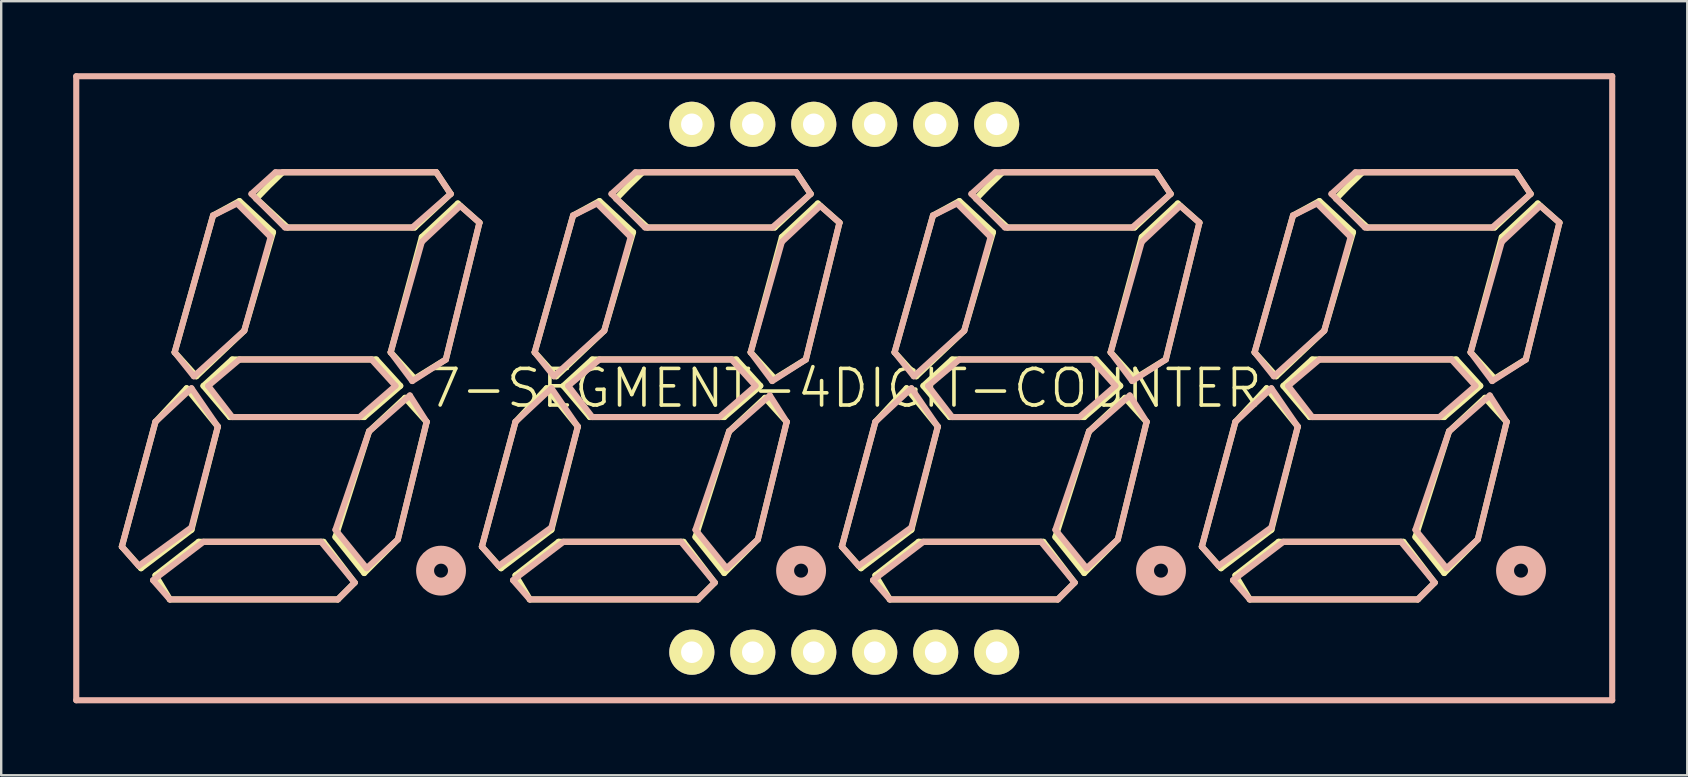
<source format=kicad_pcb>
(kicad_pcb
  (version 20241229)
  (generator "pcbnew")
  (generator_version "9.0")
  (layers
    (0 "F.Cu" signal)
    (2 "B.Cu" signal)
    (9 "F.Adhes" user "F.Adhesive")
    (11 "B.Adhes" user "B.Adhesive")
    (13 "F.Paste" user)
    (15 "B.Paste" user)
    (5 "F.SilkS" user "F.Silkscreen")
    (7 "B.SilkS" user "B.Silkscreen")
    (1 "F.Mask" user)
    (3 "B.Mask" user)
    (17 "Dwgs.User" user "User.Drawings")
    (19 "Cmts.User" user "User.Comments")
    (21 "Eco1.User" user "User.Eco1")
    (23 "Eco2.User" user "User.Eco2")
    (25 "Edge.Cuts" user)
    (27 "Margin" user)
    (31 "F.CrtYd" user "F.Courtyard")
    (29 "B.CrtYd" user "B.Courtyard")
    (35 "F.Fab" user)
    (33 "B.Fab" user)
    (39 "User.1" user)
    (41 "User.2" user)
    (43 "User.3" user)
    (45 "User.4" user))
  (footprint "7-SEGMENT-4DIGIT-COUNTER"
    (layer "F.Cu")
    (at 32.126 13.127)
    (property "Reference" "7-SEGMENT-4DIGIT-COUNTER" (at 0 0 0) (layer "F.SilkS") (effects (font (size 1.524 1.524) (thickness 0.15))))
    (attr exclude_from_pos_files exclude_from_bom)
    (fp_line (start -30.099 6.599) (end -28.699 1.4) (stroke (width 0.254) (type solid)) (layer "F.SilkS"))
    (fp_line (start -29.299 7.498) (end -30.099 6.599) (stroke (width 0.254) (type solid)) (layer "F.SilkS"))
    (fp_line (start -28.699 1.4) (end -27.399 0) (stroke (width 0.254) (type solid)) (layer "F.SilkS"))
    (fp_line (start -28.699 7.798) (end -26.899 6.398) (stroke (width 0.254) (type solid)) (layer "F.SilkS"))
    (fp_line (start -28.097 8.799) (end -28.699 7.798) (stroke (width 0.254) (type solid)) (layer "F.SilkS"))
    (fp_line (start -27.899 -1.499) (end -26.299 -7.198) (stroke (width 0.254) (type solid)) (layer "F.SilkS"))
    (fp_line (start -27.399 0) (end -26.099 1.598) (stroke (width 0.254) (type solid)) (layer "F.SilkS"))
    (fp_line (start -27.198 5.898) (end -29.299 7.498) (stroke (width 0.254) (type solid)) (layer "F.SilkS"))
    (fp_line (start -26.998 -0.498) (end -27.899 -1.499) (stroke (width 0.254) (type solid)) (layer "F.SilkS"))
    (fp_line (start -26.899 6.398) (end -21.699 6.398) (stroke (width 0.254) (type solid)) (layer "F.SilkS"))
    (fp_line (start -26.698 -0.099) (end -25.499 -1.199) (stroke (width 0.254) (type solid)) (layer "F.SilkS"))
    (fp_line (start -26.299 -7.198) (end -25.199 -7.798) (stroke (width 0.254) (type solid)) (layer "F.SilkS"))
    (fp_line (start -26.099 1.598) (end -27.198 5.898) (stroke (width 0.254) (type solid)) (layer "F.SilkS"))
    (fp_line (start -25.598 1.199) (end -26.698 -0.099) (stroke (width 0.254) (type solid)) (layer "F.SilkS"))
    (fp_line (start -25.499 -1.199) (end -19.5 -1.199) (stroke (width 0.254) (type solid)) (layer "F.SilkS"))
    (fp_line (start -25.199 -7.798) (end -23.8 -6.5) (stroke (width 0.254) (type solid)) (layer "F.SilkS"))
    (fp_line (start -24.999 -2.398) (end -26.998 -0.498) (stroke (width 0.254) (type solid)) (layer "F.SilkS"))
    (fp_line (start -23.8 -6.5) (end -24.999 -2.398) (stroke (width 0.254) (type solid)) (layer "F.SilkS"))
    (fp_line (start -23.398 -8.999) (end -16.998 -8.999) (stroke (width 0.254) (type solid)) (layer "F.SilkS"))
    (fp_line (start -23.198 -6.698) (end -24.498 -7.899) (stroke (width 0.254) (type solid)) (layer "F.SilkS"))
    (fp_line (start -21.699 6.398) (end -20.399 8.098) (stroke (width 0.254) (type solid)) (layer "F.SilkS"))
    (fp_line (start -21.199 6.198) (end -19.799 1.798) (stroke (width 0.254) (type solid)) (layer "F.SilkS"))
    (fp_line (start -21.1 8.799) (end -28.097 8.799) (stroke (width 0.254) (type solid)) (layer "F.SilkS"))
    (fp_line (start -20.399 8.098) (end -21.1 8.799) (stroke (width 0.254) (type solid)) (layer "F.SilkS"))
    (fp_line (start -20 1.199) (end -25.598 1.199) (stroke (width 0.254) (type solid)) (layer "F.SilkS"))
    (fp_line (start -20 7.699) (end -21.199 6.198) (stroke (width 0.254) (type solid)) (layer "F.SilkS"))
    (fp_line (start -19.799 1.798) (end -18.298 0.399) (stroke (width 0.254) (type solid)) (layer "F.SilkS"))
    (fp_line (start -19.5 -1.199) (end -18.499 -0.099) (stroke (width 0.254) (type solid)) (layer "F.SilkS"))
    (fp_line (start -18.898 -1.499) (end -17.6 -6.299) (stroke (width 0.254) (type solid)) (layer "F.SilkS"))
    (fp_line (start -18.598 6.299) (end -20 7.699) (stroke (width 0.254) (type solid)) (layer "F.SilkS"))
    (fp_line (start -18.499 -0.099) (end -20 1.199) (stroke (width 0.254) (type solid)) (layer "F.SilkS"))
    (fp_line (start -18.298 0.399) (end -17.399 1.4) (stroke (width 0.254) (type solid)) (layer "F.SilkS"))
    (fp_line (start -17.899 -6.698) (end -23.198 -6.698) (stroke (width 0.254) (type solid)) (layer "F.SilkS"))
    (fp_line (start -17.899 -0.399) (end -18.898 -1.499) (stroke (width 0.254) (type solid)) (layer "F.SilkS"))
    (fp_line (start -17.6 -6.299) (end -16.099 -7.699) (stroke (width 0.254) (type solid)) (layer "F.SilkS"))
    (fp_line (start -17.399 1.4) (end -18.598 6.299) (stroke (width 0.254) (type solid)) (layer "F.SilkS"))
    (fp_line (start -16.998 -8.999) (end -16.398 -8.098) (stroke (width 0.254) (type solid)) (layer "F.SilkS"))
    (fp_line (start -16.599 -1.199) (end -17.899 -0.399) (stroke (width 0.254) (type solid)) (layer "F.SilkS"))
    (fp_line (start -16.398 -8.098) (end -17.899 -6.698) (stroke (width 0.254) (type solid)) (layer "F.SilkS"))
    (fp_line (start -16.099 -7.699) (end -15.199 -6.899) (stroke (width 0.254) (type solid)) (layer "F.SilkS"))
    (fp_line (start -15.199 -6.899) (end -16.599 -1.199) (stroke (width 0.254) (type solid)) (layer "F.SilkS"))
    (fp_line (start -15.098 6.599) (end -13.698 1.4) (stroke (width 0.254) (type solid)) (layer "F.SilkS"))
    (fp_line (start -14.298 7.498) (end -15.098 6.599) (stroke (width 0.254) (type solid)) (layer "F.SilkS"))
    (fp_line (start -13.698 1.4) (end -12.398 0) (stroke (width 0.254) (type solid)) (layer "F.SilkS"))
    (fp_line (start -13.698 7.798) (end -11.9 6.398) (stroke (width 0.254) (type solid)) (layer "F.SilkS"))
    (fp_line (start -13.099 8.799) (end -13.698 7.798) (stroke (width 0.254) (type solid)) (layer "F.SilkS"))
    (fp_line (start -12.898 -1.499) (end -11.298 -7.198) (stroke (width 0.254) (type solid)) (layer "F.SilkS"))
    (fp_line (start -12.398 0) (end -11.1 1.598) (stroke (width 0.254) (type solid)) (layer "F.SilkS"))
    (fp_line (start -12.2 5.898) (end -14.298 7.498) (stroke (width 0.254) (type solid)) (layer "F.SilkS"))
    (fp_line (start -11.999 -0.498) (end -12.898 -1.499) (stroke (width 0.254) (type solid)) (layer "F.SilkS"))
    (fp_line (start -11.9 6.398) (end -6.698 6.398) (stroke (width 0.254) (type solid)) (layer "F.SilkS"))
    (fp_line (start -11.699 -0.099) (end -10.498 -1.199) (stroke (width 0.254) (type solid)) (layer "F.SilkS"))
    (fp_line (start -11.298 -7.198) (end -10.198 -7.798) (stroke (width 0.254) (type solid)) (layer "F.SilkS"))
    (fp_line (start -11.1 1.598) (end -12.2 5.898) (stroke (width 0.254) (type solid)) (layer "F.SilkS"))
    (fp_line (start -10.599 1.199) (end -11.699 -0.099) (stroke (width 0.254) (type solid)) (layer "F.SilkS"))
    (fp_line (start -10.498 -1.199) (end -4.498 -1.199) (stroke (width 0.254) (type solid)) (layer "F.SilkS"))
    (fp_line (start -10.198 -7.798) (end -8.799 -6.5) (stroke (width 0.254) (type solid)) (layer "F.SilkS"))
    (fp_line (start -10 -2.398) (end -11.999 -0.498) (stroke (width 0.254) (type solid)) (layer "F.SilkS"))
    (fp_line (start -8.799 -6.5) (end -10 -2.398) (stroke (width 0.254) (type solid)) (layer "F.SilkS"))
    (fp_line (start -8.4 -8.999) (end -1.999 -8.999) (stroke (width 0.254) (type solid)) (layer "F.SilkS"))
    (fp_line (start -8.199 -6.698) (end -9.5 -7.899) (stroke (width 0.254) (type solid)) (layer "F.SilkS"))
    (fp_line (start -6.698 6.398) (end -5.397 8.098) (stroke (width 0.254) (type solid)) (layer "F.SilkS"))
    (fp_line (start -6.198 6.198) (end -4.798 1.798) (stroke (width 0.254) (type solid)) (layer "F.SilkS"))
    (fp_line (start -6.099 8.799) (end -13.099 8.799) (stroke (width 0.254) (type solid)) (layer "F.SilkS"))
    (fp_line (start -5.397 8.098) (end -6.099 8.799) (stroke (width 0.254) (type solid)) (layer "F.SilkS"))
    (fp_line (start -4.999 1.199) (end -10.599 1.199) (stroke (width 0.254) (type solid)) (layer "F.SilkS"))
    (fp_line (start -4.999 7.699) (end -6.198 6.198) (stroke (width 0.254) (type solid)) (layer "F.SilkS"))
    (fp_line (start -4.798 1.798) (end -3.299 0.399) (stroke (width 0.254) (type solid)) (layer "F.SilkS"))
    (fp_line (start -4.498 -1.199) (end -3.498 -0.099) (stroke (width 0.254) (type solid)) (layer "F.SilkS"))
    (fp_line (start -3.899 -1.499) (end -2.598 -6.299) (stroke (width 0.254) (type solid)) (layer "F.SilkS"))
    (fp_line (start -3.599 6.299) (end -4.999 7.699) (stroke (width 0.254) (type solid)) (layer "F.SilkS"))
    (fp_line (start -3.498 -0.099) (end -4.999 1.199) (stroke (width 0.254) (type solid)) (layer "F.SilkS"))
    (fp_line (start -3.299 0.399) (end -2.398 1.4) (stroke (width 0.254) (type solid)) (layer "F.SilkS"))
    (fp_line (start -2.898 -6.698) (end -8.199 -6.698) (stroke (width 0.254) (type solid)) (layer "F.SilkS"))
    (fp_line (start -2.898 -0.399) (end -3.899 -1.499) (stroke (width 0.254) (type solid)) (layer "F.SilkS"))
    (fp_line (start -2.598 -6.299) (end -1.1 -7.699) (stroke (width 0.254) (type solid)) (layer "F.SilkS"))
    (fp_line (start -2.398 1.4) (end -3.599 6.299) (stroke (width 0.254) (type solid)) (layer "F.SilkS"))
    (fp_line (start -1.999 -8.999) (end -1.4 -8.098) (stroke (width 0.254) (type solid)) (layer "F.SilkS"))
    (fp_line (start -1.598 -1.199) (end -2.898 -0.399) (stroke (width 0.254) (type solid)) (layer "F.SilkS"))
    (fp_line (start -1.4 -8.098) (end -2.898 -6.698) (stroke (width 0.254) (type solid)) (layer "F.SilkS"))
    (fp_line (start -1.1 -7.699) (end -0.198 -6.899) (stroke (width 0.254) (type solid)) (layer "F.SilkS"))
    (fp_line (start -0.198 -6.899) (end -1.598 -1.199) (stroke (width 0.254) (type solid)) (layer "F.SilkS"))
    (fp_line (start -0.099 6.599) (end 1.298 1.4) (stroke (width 0.254) (type solid)) (layer "F.SilkS"))
    (fp_line (start 0.699 7.498) (end -0.099 6.599) (stroke (width 0.254) (type solid)) (layer "F.SilkS"))
    (fp_line (start 1.298 1.4) (end 2.598 0) (stroke (width 0.254) (type solid)) (layer "F.SilkS"))
    (fp_line (start 1.298 7.798) (end 3.099 6.398) (stroke (width 0.254) (type solid)) (layer "F.SilkS"))
    (fp_line (start 1.9 8.799) (end 1.298 7.798) (stroke (width 0.254) (type solid)) (layer "F.SilkS"))
    (fp_line (start 2.098 -1.499) (end 3.698 -7.198) (stroke (width 0.254) (type solid)) (layer "F.SilkS"))
    (fp_line (start 2.598 0) (end 3.899 1.598) (stroke (width 0.254) (type solid)) (layer "F.SilkS"))
    (fp_line (start 2.799 5.898) (end 0.699 7.498) (stroke (width 0.254) (type solid)) (layer "F.SilkS"))
    (fp_line (start 3 -0.498) (end 2.098 -1.499) (stroke (width 0.254) (type solid)) (layer "F.SilkS"))
    (fp_line (start 3.099 6.398) (end 8.298 6.398) (stroke (width 0.254) (type solid)) (layer "F.SilkS"))
    (fp_line (start 3.299 -0.099) (end 4.498 -1.199) (stroke (width 0.254) (type solid)) (layer "F.SilkS"))
    (fp_line (start 3.698 -7.198) (end 4.798 -7.798) (stroke (width 0.254) (type solid)) (layer "F.SilkS"))
    (fp_line (start 3.899 1.598) (end 2.799 5.898) (stroke (width 0.254) (type solid)) (layer "F.SilkS"))
    (fp_line (start 4.399 1.199) (end 3.299 -0.099) (stroke (width 0.254) (type solid)) (layer "F.SilkS"))
    (fp_line (start 4.498 -1.199) (end 10.498 -1.199) (stroke (width 0.254) (type solid)) (layer "F.SilkS"))
    (fp_line (start 4.798 -7.798) (end 6.198 -6.5) (stroke (width 0.254) (type solid)) (layer "F.SilkS"))
    (fp_line (start 4.999 -2.398) (end 3 -0.498) (stroke (width 0.254) (type solid)) (layer "F.SilkS"))
    (fp_line (start 6.198 -6.5) (end 4.999 -2.398) (stroke (width 0.254) (type solid)) (layer "F.SilkS"))
    (fp_line (start 6.599 -8.999) (end 13 -8.999) (stroke (width 0.254) (type solid)) (layer "F.SilkS"))
    (fp_line (start 6.8 -6.698) (end 5.499 -7.899) (stroke (width 0.254) (type solid)) (layer "F.SilkS"))
    (fp_line (start 8.298 6.398) (end 9.599 8.098) (stroke (width 0.254) (type solid)) (layer "F.SilkS"))
    (fp_line (start 8.799 6.198) (end 10.198 1.798) (stroke (width 0.254) (type solid)) (layer "F.SilkS"))
    (fp_line (start 8.898 8.799) (end 1.9 8.799) (stroke (width 0.254) (type solid)) (layer "F.SilkS"))
    (fp_line (start 9.599 8.098) (end 8.898 8.799) (stroke (width 0.254) (type solid)) (layer "F.SilkS"))
    (fp_line (start 10 1.199) (end 4.399 1.199) (stroke (width 0.254) (type solid)) (layer "F.SilkS"))
    (fp_line (start 10 7.699) (end 8.799 6.198) (stroke (width 0.254) (type solid)) (layer "F.SilkS"))
    (fp_line (start 10.198 1.798) (end 11.699 0.399) (stroke (width 0.254) (type solid)) (layer "F.SilkS"))
    (fp_line (start 10.498 -1.199) (end 11.499 -0.099) (stroke (width 0.254) (type solid)) (layer "F.SilkS"))
    (fp_line (start 11.1 -1.499) (end 12.398 -6.299) (stroke (width 0.254) (type solid)) (layer "F.SilkS"))
    (fp_line (start 11.4 6.299) (end 10 7.699) (stroke (width 0.254) (type solid)) (layer "F.SilkS"))
    (fp_line (start 11.499 -0.099) (end 10 1.199) (stroke (width 0.254) (type solid)) (layer "F.SilkS"))
    (fp_line (start 11.699 0.399) (end 12.598 1.4) (stroke (width 0.254) (type solid)) (layer "F.SilkS"))
    (fp_line (start 12.098 -6.698) (end 6.8 -6.698) (stroke (width 0.254) (type solid)) (layer "F.SilkS"))
    (fp_line (start 12.098 -0.399) (end 11.1 -1.499) (stroke (width 0.254) (type solid)) (layer "F.SilkS"))
    (fp_line (start 12.398 -6.299) (end 13.899 -7.699) (stroke (width 0.254) (type solid)) (layer "F.SilkS"))
    (fp_line (start 12.598 1.4) (end 11.4 6.299) (stroke (width 0.254) (type solid)) (layer "F.SilkS"))
    (fp_line (start 13 -8.999) (end 13.599 -8.098) (stroke (width 0.254) (type solid)) (layer "F.SilkS"))
    (fp_line (start 13.399 -1.199) (end 12.098 -0.399) (stroke (width 0.254) (type solid)) (layer "F.SilkS"))
    (fp_line (start 13.599 -8.098) (end 12.098 -6.698) (stroke (width 0.254) (type solid)) (layer "F.SilkS"))
    (fp_line (start 13.899 -7.699) (end 14.798 -6.899) (stroke (width 0.254) (type solid)) (layer "F.SilkS"))
    (fp_line (start 14.798 -6.899) (end 13.399 -1.199) (stroke (width 0.254) (type solid)) (layer "F.SilkS"))
    (fp_line (start 14.9 6.599) (end 16.299 1.4) (stroke (width 0.254) (type solid)) (layer "F.SilkS"))
    (fp_line (start 15.7 7.498) (end 14.9 6.599) (stroke (width 0.254) (type solid)) (layer "F.SilkS"))
    (fp_line (start 16.299 1.4) (end 17.6 0) (stroke (width 0.254) (type solid)) (layer "F.SilkS"))
    (fp_line (start 16.299 7.798) (end 18.098 6.398) (stroke (width 0.254) (type solid)) (layer "F.SilkS"))
    (fp_line (start 16.899 8.799) (end 16.299 7.798) (stroke (width 0.254) (type solid)) (layer "F.SilkS"))
    (fp_line (start 17.099 -1.499) (end 18.699 -7.198) (stroke (width 0.254) (type solid)) (layer "F.SilkS"))
    (fp_line (start 17.6 0) (end 18.898 1.598) (stroke (width 0.254) (type solid)) (layer "F.SilkS"))
    (fp_line (start 17.798 5.898) (end 15.7 7.498) (stroke (width 0.254) (type solid)) (layer "F.SilkS"))
    (fp_line (start 17.998 -0.498) (end 17.099 -1.499) (stroke (width 0.254) (type solid)) (layer "F.SilkS"))
    (fp_line (start 18.098 6.398) (end 23.299 6.398) (stroke (width 0.254) (type solid)) (layer "F.SilkS"))
    (fp_line (start 18.298 -0.099) (end 19.5 -1.199) (stroke (width 0.254) (type solid)) (layer "F.SilkS"))
    (fp_line (start 18.699 -7.198) (end 19.799 -7.798) (stroke (width 0.254) (type solid)) (layer "F.SilkS"))
    (fp_line (start 18.898 1.598) (end 17.798 5.898) (stroke (width 0.254) (type solid)) (layer "F.SilkS"))
    (fp_line (start 19.398 1.199) (end 18.298 -0.099) (stroke (width 0.254) (type solid)) (layer "F.SilkS"))
    (fp_line (start 19.5 -1.199) (end 25.499 -1.199) (stroke (width 0.254) (type solid)) (layer "F.SilkS"))
    (fp_line (start 19.799 -7.798) (end 21.199 -6.5) (stroke (width 0.254) (type solid)) (layer "F.SilkS"))
    (fp_line (start 20 -2.398) (end 17.998 -0.498) (stroke (width 0.254) (type solid)) (layer "F.SilkS"))
    (fp_line (start 21.199 -6.5) (end 20 -2.398) (stroke (width 0.254) (type solid)) (layer "F.SilkS"))
    (fp_line (start 21.598 -8.999) (end 27.998 -8.999) (stroke (width 0.254) (type solid)) (layer "F.SilkS"))
    (fp_line (start 21.798 -6.698) (end 20.498 -7.899) (stroke (width 0.254) (type solid)) (layer "F.SilkS"))
    (fp_line (start 23.299 6.398) (end 24.6 8.098) (stroke (width 0.254) (type solid)) (layer "F.SilkS"))
    (fp_line (start 23.8 6.198) (end 25.199 1.798) (stroke (width 0.254) (type solid)) (layer "F.SilkS"))
    (fp_line (start 23.899 8.799) (end 16.899 8.799) (stroke (width 0.254) (type solid)) (layer "F.SilkS"))
    (fp_line (start 24.6 8.098) (end 23.899 8.799) (stroke (width 0.254) (type solid)) (layer "F.SilkS"))
    (fp_line (start 24.999 1.199) (end 19.398 1.199) (stroke (width 0.254) (type solid)) (layer "F.SilkS"))
    (fp_line (start 24.999 7.699) (end 23.8 6.198) (stroke (width 0.254) (type solid)) (layer "F.SilkS"))
    (fp_line (start 25.199 1.798) (end 26.698 0.399) (stroke (width 0.254) (type solid)) (layer "F.SilkS"))
    (fp_line (start 25.499 -1.199) (end 26.5 -0.099) (stroke (width 0.254) (type solid)) (layer "F.SilkS"))
    (fp_line (start 26.099 -1.499) (end 27.399 -6.299) (stroke (width 0.254) (type solid)) (layer "F.SilkS"))
    (fp_line (start 26.398 6.299) (end 24.999 7.699) (stroke (width 0.254) (type solid)) (layer "F.SilkS"))
    (fp_line (start 26.5 -0.099) (end 24.999 1.199) (stroke (width 0.254) (type solid)) (layer "F.SilkS"))
    (fp_line (start 26.698 0.399) (end 27.6 1.4) (stroke (width 0.254) (type solid)) (layer "F.SilkS"))
    (fp_line (start 27.099 -6.698) (end 21.798 -6.698) (stroke (width 0.254) (type solid)) (layer "F.SilkS"))
    (fp_line (start 27.099 -0.399) (end 26.099 -1.499) (stroke (width 0.254) (type solid)) (layer "F.SilkS"))
    (fp_line (start 27.399 -6.299) (end 28.898 -7.699) (stroke (width 0.254) (type solid)) (layer "F.SilkS"))
    (fp_line (start 27.6 1.4) (end 26.398 6.299) (stroke (width 0.254) (type solid)) (layer "F.SilkS"))
    (fp_line (start 27.998 -8.999) (end 28.598 -8.098) (stroke (width 0.254) (type solid)) (layer "F.SilkS"))
    (fp_line (start 28.4 -1.199) (end 27.099 -0.399) (stroke (width 0.254) (type solid)) (layer "F.SilkS"))
    (fp_line (start 28.598 -8.098) (end 27.099 -6.698) (stroke (width 0.254) (type solid)) (layer "F.SilkS"))
    (fp_line (start 28.898 -7.699) (end 29.799 -6.899) (stroke (width 0.254) (type solid)) (layer "F.SilkS"))
    (fp_line (start 29.799 -6.899) (end 28.4 -1.199) (stroke (width 0.254) (type solid)) (layer "F.SilkS"))
    (fp_arc (start -24.4983 -7.8994) (mid -23.9692 -8.44567) (end -23.423665 -8.975528) (stroke (width 0.254) (type solid)) (layer "F.SilkS"))
    (fp_arc (start -9.4996 -7.8994) (mid -8.9705 -8.44567) (end -8.424965 -8.975528) (stroke (width 0.254) (type solid)) (layer "F.SilkS"))
    (fp_arc (start 5.4991 -7.8994) (mid 6.028201 -8.445748) (end 6.57374 -8.975683) (stroke (width 0.254) (type solid)) (layer "F.SilkS"))
    (fp_arc (start 20.4978 -7.8994) (mid 21.026901 -8.445748) (end 21.57244 -8.975683) (stroke (width 0.254) (type solid)) (layer "F.SilkS"))
    (fp_circle (center -16.8 7.6) (end -17.384 8.184) (stroke (width 0.127) (type solid)) (fill no) (layer "F.SilkS"))
    (fp_circle (center -1.798 7.6) (end -2.383 8.184) (stroke (width 0.127) (type solid)) (fill no) (layer "F.SilkS"))
    (fp_circle (center 13.198 7.6) (end 13.782 8.184) (stroke (width 0.127) (type solid)) (fill no) (layer "F.SilkS"))
    (fp_circle (center 28.199 7.6) (end 28.783 8.184) (stroke (width 0.127) (type solid)) (fill no) (layer "F.SilkS"))
    (fp_line (start -31.999 -13) (end 31.999 -13) (stroke (width 0.254) (type solid)) (layer "B.SilkS"))
    (fp_line (start -31.999 13) (end -31.999 -13) (stroke (width 0.254) (type solid)) (layer "B.SilkS"))
    (fp_line (start -30.099 6.599) (end -28.699 1.4) (stroke (width 0.254) (type solid)) (layer "B.SilkS"))
    (fp_line (start -29.398 7.399) (end -30.099 6.599) (stroke (width 0.254) (type solid)) (layer "B.SilkS"))
    (fp_line (start -28.799 7.998) (end -26.698 6.398) (stroke (width 0.254) (type solid)) (layer "B.SilkS"))
    (fp_line (start -28.699 1.4) (end -27.198 0) (stroke (width 0.254) (type solid)) (layer "B.SilkS"))
    (fp_line (start -28.097 8.799) (end -28.799 7.998) (stroke (width 0.254) (type solid)) (layer "B.SilkS"))
    (fp_line (start -27.899 -1.499) (end -27.099 -0.498) (stroke (width 0.254) (type solid)) (layer "B.SilkS"))
    (fp_line (start -27.198 0) (end -26.099 1.598) (stroke (width 0.254) (type solid)) (layer "B.SilkS"))
    (fp_line (start -27.198 5.799) (end -29.398 7.399) (stroke (width 0.254) (type solid)) (layer "B.SilkS"))
    (fp_line (start -27.099 -0.498) (end -24.999 -2.398) (stroke (width 0.254) (type solid)) (layer "B.SilkS"))
    (fp_line (start -26.698 6.398) (end -21.798 6.398) (stroke (width 0.254) (type solid)) (layer "B.SilkS"))
    (fp_line (start -26.5 -0.099) (end -25.199 -1.199) (stroke (width 0.254) (type solid)) (layer "B.SilkS"))
    (fp_line (start -26.299 -7.198) (end -27.899 -1.499) (stroke (width 0.254) (type solid)) (layer "B.SilkS"))
    (fp_line (start -26.099 1.598) (end -27.198 5.799) (stroke (width 0.254) (type solid)) (layer "B.SilkS"))
    (fp_line (start -25.499 1.199) (end -26.5 -0.099) (stroke (width 0.254) (type solid)) (layer "B.SilkS"))
    (fp_line (start -25.298 -7.699) (end -26.299 -7.198) (stroke (width 0.254) (type solid)) (layer "B.SilkS"))
    (fp_line (start -25.199 -1.199) (end -19.698 -1.199) (stroke (width 0.254) (type solid)) (layer "B.SilkS"))
    (fp_line (start -24.999 -2.398) (end -23.899 -6.299) (stroke (width 0.254) (type solid)) (layer "B.SilkS"))
    (fp_line (start -24.699 -8.098) (end -23.698 -8.999) (stroke (width 0.254) (type solid)) (layer "B.SilkS"))
    (fp_line (start -23.899 -6.299) (end -25.298 -7.699) (stroke (width 0.254) (type solid)) (layer "B.SilkS"))
    (fp_line (start -23.698 -8.999) (end -16.998 -8.999) (stroke (width 0.254) (type solid)) (layer "B.SilkS"))
    (fp_line (start -23.299 -6.698) (end -24.699 -8.098) (stroke (width 0.254) (type solid)) (layer "B.SilkS"))
    (fp_line (start -21.798 6.398) (end -20.399 8.098) (stroke (width 0.254) (type solid)) (layer "B.SilkS"))
    (fp_line (start -21.199 5.898) (end -19.799 1.798) (stroke (width 0.254) (type solid)) (layer "B.SilkS"))
    (fp_line (start -21.1 8.799) (end -28.097 8.799) (stroke (width 0.254) (type solid)) (layer "B.SilkS"))
    (fp_line (start -20.399 8.098) (end -21.1 8.799) (stroke (width 0.254) (type solid)) (layer "B.SilkS"))
    (fp_line (start -20.198 1.199) (end -25.499 1.199) (stroke (width 0.254) (type solid)) (layer "B.SilkS"))
    (fp_line (start -19.898 7.498) (end -21.199 5.898) (stroke (width 0.254) (type solid)) (layer "B.SilkS"))
    (fp_line (start -19.799 1.798) (end -18.098 0.3) (stroke (width 0.254) (type solid)) (layer "B.SilkS"))
    (fp_line (start -19.698 -1.199) (end -18.699 -0.099) (stroke (width 0.254) (type solid)) (layer "B.SilkS"))
    (fp_line (start -18.898 -1.499) (end -17.6 -6.099) (stroke (width 0.254) (type solid)) (layer "B.SilkS"))
    (fp_line (start -18.699 -0.099) (end -20.198 1.199) (stroke (width 0.254) (type solid)) (layer "B.SilkS"))
    (fp_line (start -18.598 6.299) (end -19.898 7.498) (stroke (width 0.254) (type solid)) (layer "B.SilkS"))
    (fp_line (start -18.098 0.3) (end -17.399 1.4) (stroke (width 0.254) (type solid)) (layer "B.SilkS"))
    (fp_line (start -17.998 -6.698) (end -23.299 -6.698) (stroke (width 0.254) (type solid)) (layer "B.SilkS"))
    (fp_line (start -17.998 -0.3) (end -18.898 -1.499) (stroke (width 0.254) (type solid)) (layer "B.SilkS"))
    (fp_line (start -17.6 -6.099) (end -15.999 -7.6) (stroke (width 0.254) (type solid)) (layer "B.SilkS"))
    (fp_line (start -17.399 1.4) (end -18.598 6.299) (stroke (width 0.254) (type solid)) (layer "B.SilkS"))
    (fp_line (start -16.998 -8.999) (end -16.398 -8.098) (stroke (width 0.254) (type solid)) (layer "B.SilkS"))
    (fp_line (start -16.599 -1.199) (end -17.998 -0.3) (stroke (width 0.254) (type solid)) (layer "B.SilkS"))
    (fp_line (start -16.398 -8.098) (end -17.998 -6.698) (stroke (width 0.254) (type solid)) (layer "B.SilkS"))
    (fp_line (start -15.999 -7.6) (end -15.199 -6.899) (stroke (width 0.254) (type solid)) (layer "B.SilkS"))
    (fp_line (start -15.199 -6.899) (end -16.599 -1.199) (stroke (width 0.254) (type solid)) (layer "B.SilkS"))
    (fp_line (start -15.098 6.599) (end -13.698 1.4) (stroke (width 0.254) (type solid)) (layer "B.SilkS"))
    (fp_line (start -14.399 7.399) (end -15.098 6.599) (stroke (width 0.254) (type solid)) (layer "B.SilkS"))
    (fp_line (start -13.8 7.998) (end -11.699 6.398) (stroke (width 0.254) (type solid)) (layer "B.SilkS"))
    (fp_line (start -13.698 1.4) (end -12.2 0) (stroke (width 0.254) (type solid)) (layer "B.SilkS"))
    (fp_line (start -13.099 8.799) (end -13.8 7.998) (stroke (width 0.254) (type solid)) (layer "B.SilkS"))
    (fp_line (start -12.898 -1.499) (end -12.098 -0.498) (stroke (width 0.254) (type solid)) (layer "B.SilkS"))
    (fp_line (start -12.2 0) (end -11.1 1.598) (stroke (width 0.254) (type solid)) (layer "B.SilkS"))
    (fp_line (start -12.2 5.799) (end -14.399 7.399) (stroke (width 0.254) (type solid)) (layer "B.SilkS"))
    (fp_line (start -12.098 -0.498) (end -10 -2.398) (stroke (width 0.254) (type solid)) (layer "B.SilkS"))
    (fp_line (start -11.699 6.398) (end -6.8 6.398) (stroke (width 0.254) (type solid)) (layer "B.SilkS"))
    (fp_line (start -11.499 -0.099) (end -10.198 -1.199) (stroke (width 0.254) (type solid)) (layer "B.SilkS"))
    (fp_line (start -11.298 -7.198) (end -12.898 -1.499) (stroke (width 0.254) (type solid)) (layer "B.SilkS"))
    (fp_line (start -11.1 1.598) (end -12.2 5.799) (stroke (width 0.254) (type solid)) (layer "B.SilkS"))
    (fp_line (start -10.498 1.199) (end -11.499 -0.099) (stroke (width 0.254) (type solid)) (layer "B.SilkS"))
    (fp_line (start -10.3 -7.699) (end -11.298 -7.198) (stroke (width 0.254) (type solid)) (layer "B.SilkS"))
    (fp_line (start -10.198 -1.199) (end -4.699 -1.199) (stroke (width 0.254) (type solid)) (layer "B.SilkS"))
    (fp_line (start -10 -2.398) (end -8.898 -6.299) (stroke (width 0.254) (type solid)) (layer "B.SilkS"))
    (fp_line (start -9.698 -8.098) (end -8.7 -8.999) (stroke (width 0.254) (type solid)) (layer "B.SilkS"))
    (fp_line (start -8.898 -6.299) (end -10.3 -7.699) (stroke (width 0.254) (type solid)) (layer "B.SilkS"))
    (fp_line (start -8.7 -8.999) (end -1.999 -8.999) (stroke (width 0.254) (type solid)) (layer "B.SilkS"))
    (fp_line (start -8.298 -6.698) (end -9.698 -8.098) (stroke (width 0.254) (type solid)) (layer "B.SilkS"))
    (fp_line (start -6.8 6.398) (end -5.397 8.098) (stroke (width 0.254) (type solid)) (layer "B.SilkS"))
    (fp_line (start -6.198 5.898) (end -4.798 1.798) (stroke (width 0.254) (type solid)) (layer "B.SilkS"))
    (fp_line (start -6.099 8.799) (end -13.099 8.799) (stroke (width 0.254) (type solid)) (layer "B.SilkS"))
    (fp_line (start -5.397 8.098) (end -6.099 8.799) (stroke (width 0.254) (type solid)) (layer "B.SilkS"))
    (fp_line (start -5.199 1.199) (end -10.498 1.199) (stroke (width 0.254) (type solid)) (layer "B.SilkS"))
    (fp_line (start -4.9 7.498) (end -6.198 5.898) (stroke (width 0.254) (type solid)) (layer "B.SilkS"))
    (fp_line (start -4.798 1.798) (end -3.099 0.3) (stroke (width 0.254) (type solid)) (layer "B.SilkS"))
    (fp_line (start -4.699 -1.199) (end -3.698 -0.099) (stroke (width 0.254) (type solid)) (layer "B.SilkS"))
    (fp_line (start -3.899 -1.499) (end -2.598 -6.099) (stroke (width 0.254) (type solid)) (layer "B.SilkS"))
    (fp_line (start -3.698 -0.099) (end -5.199 1.199) (stroke (width 0.254) (type solid)) (layer "B.SilkS"))
    (fp_line (start -3.599 6.299) (end -4.9 7.498) (stroke (width 0.254) (type solid)) (layer "B.SilkS"))
    (fp_line (start -3.099 0.3) (end -2.398 1.4) (stroke (width 0.254) (type solid)) (layer "B.SilkS"))
    (fp_line (start -3 -6.698) (end -8.298 -6.698) (stroke (width 0.254) (type solid)) (layer "B.SilkS"))
    (fp_line (start -3 -0.3) (end -3.899 -1.499) (stroke (width 0.254) (type solid)) (layer "B.SilkS"))
    (fp_line (start -2.598 -6.099) (end -0.998 -7.6) (stroke (width 0.254) (type solid)) (layer "B.SilkS"))
    (fp_line (start -2.398 1.4) (end -3.599 6.299) (stroke (width 0.254) (type solid)) (layer "B.SilkS"))
    (fp_line (start -1.999 -8.999) (end -1.4 -8.098) (stroke (width 0.254) (type solid)) (layer "B.SilkS"))
    (fp_line (start -1.598 -1.199) (end -3 -0.3) (stroke (width 0.254) (type solid)) (layer "B.SilkS"))
    (fp_line (start -1.4 -8.098) (end -3 -6.698) (stroke (width 0.254) (type solid)) (layer "B.SilkS"))
    (fp_line (start -0.998 -7.6) (end -0.198 -6.899) (stroke (width 0.254) (type solid)) (layer "B.SilkS"))
    (fp_line (start -0.198 -6.899) (end -1.598 -1.199) (stroke (width 0.254) (type solid)) (layer "B.SilkS"))
    (fp_line (start -0.099 6.599) (end 1.298 1.4) (stroke (width 0.254) (type solid)) (layer "B.SilkS"))
    (fp_line (start 0.599 7.399) (end -0.099 6.599) (stroke (width 0.254) (type solid)) (layer "B.SilkS"))
    (fp_line (start 1.199 7.998) (end 3.299 6.398) (stroke (width 0.254) (type solid)) (layer "B.SilkS"))
    (fp_line (start 1.298 1.4) (end 2.799 0) (stroke (width 0.254) (type solid)) (layer "B.SilkS"))
    (fp_line (start 1.9 8.799) (end 1.199 7.998) (stroke (width 0.254) (type solid)) (layer "B.SilkS"))
    (fp_line (start 2.098 -1.499) (end 2.898 -0.498) (stroke (width 0.254) (type solid)) (layer "B.SilkS"))
    (fp_line (start 2.799 0) (end 3.899 1.598) (stroke (width 0.254) (type solid)) (layer "B.SilkS"))
    (fp_line (start 2.799 5.799) (end 0.599 7.399) (stroke (width 0.254) (type solid)) (layer "B.SilkS"))
    (fp_line (start 2.898 -0.498) (end 4.999 -2.398) (stroke (width 0.254) (type solid)) (layer "B.SilkS"))
    (fp_line (start 3.299 6.398) (end 8.199 6.398) (stroke (width 0.254) (type solid)) (layer "B.SilkS"))
    (fp_line (start 3.498 -0.099) (end 4.798 -1.199) (stroke (width 0.254) (type solid)) (layer "B.SilkS"))
    (fp_line (start 3.698 -7.198) (end 2.098 -1.499) (stroke (width 0.254) (type solid)) (layer "B.SilkS"))
    (fp_line (start 3.899 1.598) (end 2.799 5.799) (stroke (width 0.254) (type solid)) (layer "B.SilkS"))
    (fp_line (start 4.498 1.199) (end 3.498 -0.099) (stroke (width 0.254) (type solid)) (layer "B.SilkS"))
    (fp_line (start 4.699 -7.699) (end 3.698 -7.198) (stroke (width 0.254) (type solid)) (layer "B.SilkS"))
    (fp_line (start 4.798 -1.199) (end 10.3 -1.199) (stroke (width 0.254) (type solid)) (layer "B.SilkS"))
    (fp_line (start 4.999 -2.398) (end 6.099 -6.299) (stroke (width 0.254) (type solid)) (layer "B.SilkS"))
    (fp_line (start 5.298 -8.098) (end 6.299 -8.999) (stroke (width 0.254) (type solid)) (layer "B.SilkS"))
    (fp_line (start 6.099 -6.299) (end 4.699 -7.699) (stroke (width 0.254) (type solid)) (layer "B.SilkS"))
    (fp_line (start 6.299 -8.999) (end 13 -8.999) (stroke (width 0.254) (type solid)) (layer "B.SilkS"))
    (fp_line (start 6.698 -6.698) (end 5.298 -8.098) (stroke (width 0.254) (type solid)) (layer "B.SilkS"))
    (fp_line (start 8.199 6.398) (end 9.599 8.098) (stroke (width 0.254) (type solid)) (layer "B.SilkS"))
    (fp_line (start 8.799 5.898) (end 10.198 1.798) (stroke (width 0.254) (type solid)) (layer "B.SilkS"))
    (fp_line (start 8.898 8.799) (end 1.9 8.799) (stroke (width 0.254) (type solid)) (layer "B.SilkS"))
    (fp_line (start 9.599 8.098) (end 8.898 8.799) (stroke (width 0.254) (type solid)) (layer "B.SilkS"))
    (fp_line (start 9.799 1.199) (end 4.498 1.199) (stroke (width 0.254) (type solid)) (layer "B.SilkS"))
    (fp_line (start 10.099 7.498) (end 8.799 5.898) (stroke (width 0.254) (type solid)) (layer "B.SilkS"))
    (fp_line (start 10.198 1.798) (end 11.9 0.3) (stroke (width 0.254) (type solid)) (layer "B.SilkS"))
    (fp_line (start 10.3 -1.199) (end 11.298 -0.099) (stroke (width 0.254) (type solid)) (layer "B.SilkS"))
    (fp_line (start 11.1 -1.499) (end 12.398 -6.099) (stroke (width 0.254) (type solid)) (layer "B.SilkS"))
    (fp_line (start 11.298 -0.099) (end 9.799 1.199) (stroke (width 0.254) (type solid)) (layer "B.SilkS"))
    (fp_line (start 11.4 6.299) (end 10.099 7.498) (stroke (width 0.254) (type solid)) (layer "B.SilkS"))
    (fp_line (start 11.9 0.3) (end 12.598 1.4) (stroke (width 0.254) (type solid)) (layer "B.SilkS"))
    (fp_line (start 11.999 -6.698) (end 6.698 -6.698) (stroke (width 0.254) (type solid)) (layer "B.SilkS"))
    (fp_line (start 11.999 -0.3) (end 11.1 -1.499) (stroke (width 0.254) (type solid)) (layer "B.SilkS"))
    (fp_line (start 12.398 -6.099) (end 13.998 -7.6) (stroke (width 0.254) (type solid)) (layer "B.SilkS"))
    (fp_line (start 12.598 1.4) (end 11.4 6.299) (stroke (width 0.254) (type solid)) (layer "B.SilkS"))
    (fp_line (start 13 -8.999) (end 13.599 -8.098) (stroke (width 0.254) (type solid)) (layer "B.SilkS"))
    (fp_line (start 13.399 -1.199) (end 11.999 -0.3) (stroke (width 0.254) (type solid)) (layer "B.SilkS"))
    (fp_line (start 13.599 -8.098) (end 11.999 -6.698) (stroke (width 0.254) (type solid)) (layer "B.SilkS"))
    (fp_line (start 13.998 -7.6) (end 14.798 -6.899) (stroke (width 0.254) (type solid)) (layer "B.SilkS"))
    (fp_line (start 14.798 -6.899) (end 13.399 -1.199) (stroke (width 0.254) (type solid)) (layer "B.SilkS"))
    (fp_line (start 14.9 6.599) (end 16.299 1.4) (stroke (width 0.254) (type solid)) (layer "B.SilkS"))
    (fp_line (start 15.598 7.399) (end 14.9 6.599) (stroke (width 0.254) (type solid)) (layer "B.SilkS"))
    (fp_line (start 16.198 7.998) (end 18.298 6.398) (stroke (width 0.254) (type solid)) (layer "B.SilkS"))
    (fp_line (start 16.299 1.4) (end 17.798 0) (stroke (width 0.254) (type solid)) (layer "B.SilkS"))
    (fp_line (start 16.899 8.799) (end 16.198 7.998) (stroke (width 0.254) (type solid)) (layer "B.SilkS"))
    (fp_line (start 17.099 -1.499) (end 17.899 -0.498) (stroke (width 0.254) (type solid)) (layer "B.SilkS"))
    (fp_line (start 17.798 0) (end 18.898 1.598) (stroke (width 0.254) (type solid)) (layer "B.SilkS"))
    (fp_line (start 17.798 5.799) (end 15.598 7.399) (stroke (width 0.254) (type solid)) (layer "B.SilkS"))
    (fp_line (start 17.899 -0.498) (end 20 -2.398) (stroke (width 0.254) (type solid)) (layer "B.SilkS"))
    (fp_line (start 18.298 6.398) (end 23.198 6.398) (stroke (width 0.254) (type solid)) (layer "B.SilkS"))
    (fp_line (start 18.499 -0.099) (end 19.799 -1.199) (stroke (width 0.254) (type solid)) (layer "B.SilkS"))
    (fp_line (start 18.699 -7.198) (end 17.099 -1.499) (stroke (width 0.254) (type solid)) (layer "B.SilkS"))
    (fp_line (start 18.898 1.598) (end 17.798 5.799) (stroke (width 0.254) (type solid)) (layer "B.SilkS"))
    (fp_line (start 19.5 1.199) (end 18.499 -0.099) (stroke (width 0.254) (type solid)) (layer "B.SilkS"))
    (fp_line (start 19.698 -7.699) (end 18.699 -7.198) (stroke (width 0.254) (type solid)) (layer "B.SilkS"))
    (fp_line (start 19.799 -1.199) (end 25.298 -1.199) (stroke (width 0.254) (type solid)) (layer "B.SilkS"))
    (fp_line (start 20 -2.398) (end 21.1 -6.299) (stroke (width 0.254) (type solid)) (layer "B.SilkS"))
    (fp_line (start 20.3 -8.098) (end 21.298 -8.999) (stroke (width 0.254) (type solid)) (layer "B.SilkS"))
    (fp_line (start 21.1 -6.299) (end 19.698 -7.699) (stroke (width 0.254) (type solid)) (layer "B.SilkS"))
    (fp_line (start 21.298 -8.999) (end 27.998 -8.999) (stroke (width 0.254) (type solid)) (layer "B.SilkS"))
    (fp_line (start 21.699 -6.698) (end 20.3 -8.098) (stroke (width 0.254) (type solid)) (layer "B.SilkS"))
    (fp_line (start 23.198 6.398) (end 24.6 8.098) (stroke (width 0.254) (type solid)) (layer "B.SilkS"))
    (fp_line (start 23.8 5.898) (end 25.199 1.798) (stroke (width 0.254) (type solid)) (layer "B.SilkS"))
    (fp_line (start 23.899 8.799) (end 16.899 8.799) (stroke (width 0.254) (type solid)) (layer "B.SilkS"))
    (fp_line (start 24.6 8.098) (end 23.899 8.799) (stroke (width 0.254) (type solid)) (layer "B.SilkS"))
    (fp_line (start 24.798 1.199) (end 19.5 1.199) (stroke (width 0.254) (type solid)) (layer "B.SilkS"))
    (fp_line (start 25.098 7.498) (end 23.8 5.898) (stroke (width 0.254) (type solid)) (layer "B.SilkS"))
    (fp_line (start 25.199 1.798) (end 26.899 0.3) (stroke (width 0.254) (type solid)) (layer "B.SilkS"))
    (fp_line (start 25.298 -1.199) (end 26.299 -0.099) (stroke (width 0.254) (type solid)) (layer "B.SilkS"))
    (fp_line (start 26.099 -1.499) (end 27.399 -6.099) (stroke (width 0.254) (type solid)) (layer "B.SilkS"))
    (fp_line (start 26.299 -0.099) (end 24.798 1.199) (stroke (width 0.254) (type solid)) (layer "B.SilkS"))
    (fp_line (start 26.398 6.299) (end 25.098 7.498) (stroke (width 0.254) (type solid)) (layer "B.SilkS"))
    (fp_line (start 26.899 0.3) (end 27.6 1.4) (stroke (width 0.254) (type solid)) (layer "B.SilkS"))
    (fp_line (start 26.998 -6.698) (end 21.699 -6.698) (stroke (width 0.254) (type solid)) (layer "B.SilkS"))
    (fp_line (start 26.998 -0.3) (end 26.099 -1.499) (stroke (width 0.254) (type solid)) (layer "B.SilkS"))
    (fp_line (start 27.399 -6.099) (end 28.999 -7.6) (stroke (width 0.254) (type solid)) (layer "B.SilkS"))
    (fp_line (start 27.6 1.4) (end 26.398 6.299) (stroke (width 0.254) (type solid)) (layer "B.SilkS"))
    (fp_line (start 27.998 -8.999) (end 28.598 -8.098) (stroke (width 0.254) (type solid)) (layer "B.SilkS"))
    (fp_line (start 28.4 -1.199) (end 26.998 -0.3) (stroke (width 0.254) (type solid)) (layer "B.SilkS"))
    (fp_line (start 28.598 -8.098) (end 26.998 -6.698) (stroke (width 0.254) (type solid)) (layer "B.SilkS"))
    (fp_line (start 28.999 -7.6) (end 29.799 -6.899) (stroke (width 0.254) (type solid)) (layer "B.SilkS"))
    (fp_line (start 29.799 -6.899) (end 28.4 -1.199) (stroke (width 0.254) (type solid)) (layer "B.SilkS"))
    (fp_line (start 31.999 -13) (end 31.999 13) (stroke (width 0.254) (type solid)) (layer "B.SilkS"))
    (fp_line (start 31.999 13) (end -31.999 13) (stroke (width 0.254) (type solid)) (layer "B.SilkS"))
    (fp_circle (center -16.8 7.6) (end -17.005 7.805) (stroke (width 0.749) (type solid)) (fill no) (layer "B.SilkS"))
    (fp_circle (center -1.798 7.6) (end -2.004 7.805) (stroke (width 0.749) (type solid)) (fill no) (layer "B.SilkS"))
    (fp_circle (center 13.198 7.6) (end 13.404 7.805) (stroke (width 0.749) (type solid)) (fill no) (layer "B.SilkS"))
    (fp_circle (center 28.199 7.6) (end 28.405 7.805) (stroke (width 0.749) (type solid)) (fill no) (layer "B.SilkS"))
    (pad "1" thru_hole circle (at -6.35 10.998) (size 1.88 1.88) (drill 0.899) (layers "*.Cu" "F.Mask" "F.SilkS" "F.Paste"))
    (pad "2" thru_hole circle (at -3.81 10.998) (size 1.88 1.88) (drill 0.899) (layers "*.Cu" "F.Mask" "F.SilkS" "F.Paste"))
    (pad "3" thru_hole circle (at -1.27 10.998) (size 1.88 1.88) (drill 0.899) (layers "*.Cu" "F.Mask" "F.SilkS" "F.Paste"))
    (pad "4" thru_hole circle (at 1.27 10.998) (size 1.88 1.88) (drill 0.899) (layers "*.Cu" "F.Mask" "F.SilkS" "F.Paste"))
    (pad "5" thru_hole circle (at 3.81 10.998) (size 1.88 1.88) (drill 0.899) (layers "*.Cu" "F.Mask" "F.SilkS" "F.Paste"))
    (pad "6" thru_hole circle (at 6.35 10.998) (size 1.88 1.88) (drill 0.899) (layers "*.Cu" "F.Mask" "F.SilkS" "F.Paste"))
    (pad "7" thru_hole circle (at 6.35 -10.998) (size 1.88 1.88) (drill 0.899) (layers "*.Cu" "F.Mask" "F.SilkS" "F.Paste"))
    (pad "8" thru_hole circle (at 3.81 -10.998) (size 1.88 1.88) (drill 0.899) (layers "*.Cu" "F.Mask" "F.SilkS" "F.Paste"))
    (pad "9" thru_hole circle (at 1.27 -10.998) (size 1.88 1.88) (drill 0.899) (layers "*.Cu" "F.Mask" "F.SilkS" "F.Paste"))
    (pad "10" thru_hole circle (at -1.27 -10.998) (size 1.88 1.88) (drill 0.899) (layers "*.Cu" "F.Mask" "F.SilkS" "F.Paste"))
    (pad "11" thru_hole circle (at -3.81 -10.998) (size 1.88 1.88) (drill 0.899) (layers "*.Cu" "F.Mask" "F.SilkS" "F.Paste"))
    (pad "12" thru_hole circle (at -6.35 -10.998) (size 1.88 1.88) (drill 0.899) (layers "*.Cu" "F.Mask" "F.SilkS" "F.Paste")))
  (gr_rect
    (start -3 -3)
    (end 67.252 29.253)
    (stroke (width 0.1) (type default))
    (fill no)
    (layer "Edge.Cuts")))
</source>
